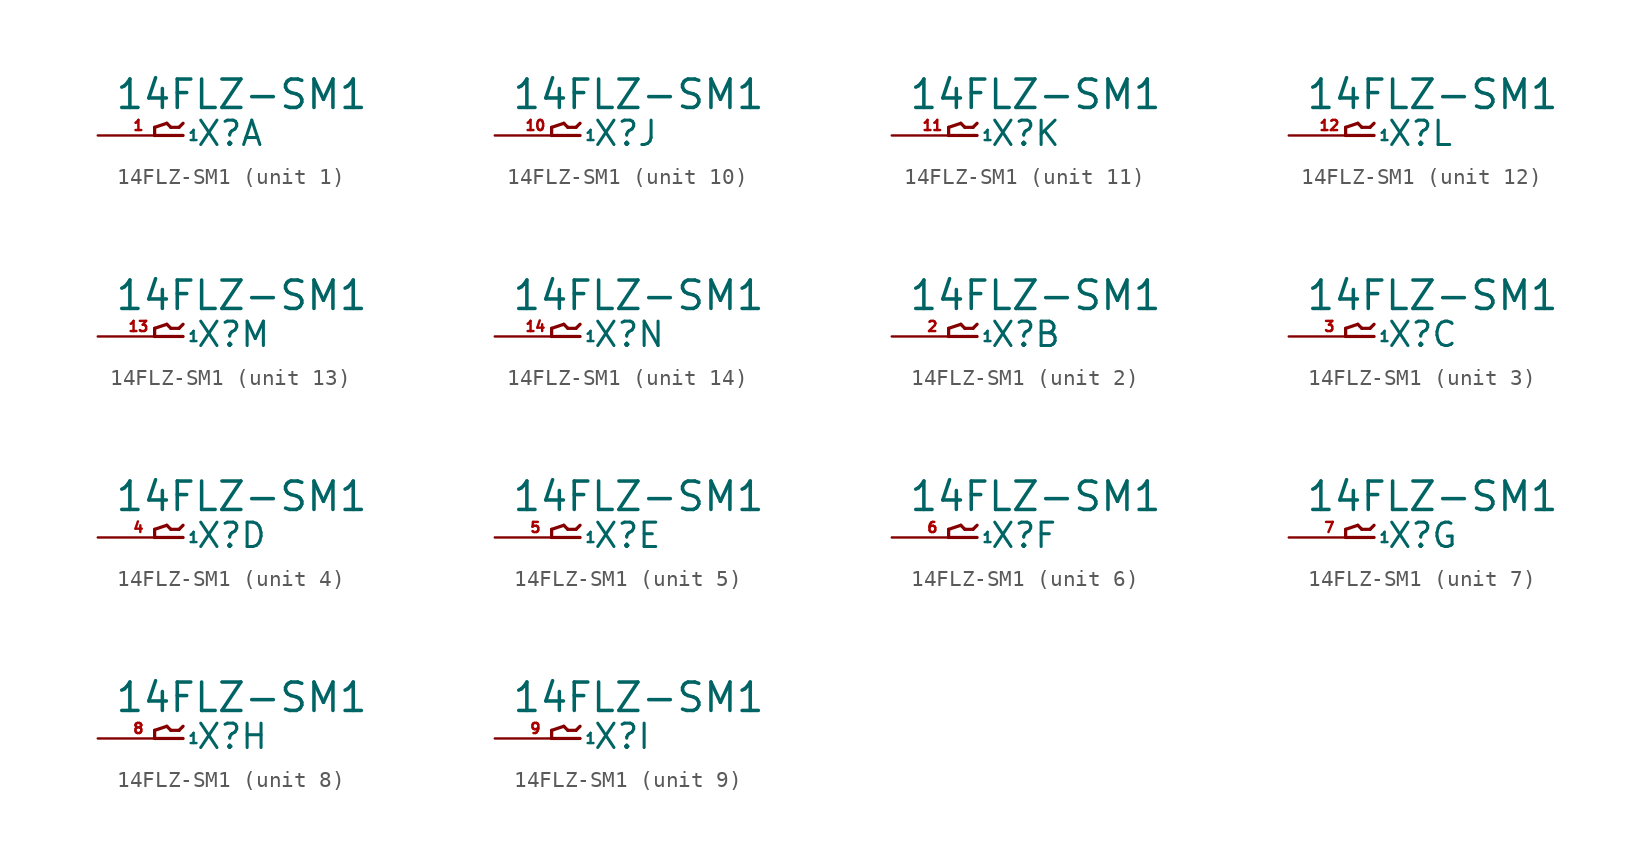
<source format=kicad_sym>
(kicad_symbol_lib
  (version 20220914)
  (generator Eagle2Kicad)
  (symbol "14FLZ-SM1"
    (property "Reference" "X"
      (at 1.016 -0.762 0)
      (effects (font (size 1.524 1.524) (thickness 0.19)) (justify left bottom)))
    (property "Value" "14FLZ-SM1"
      (at -4.064 1.524 0)
      (effects (font (size 1.778 1.778) (thickness 0.22)) (justify left bottom)))
    (symbol "14FLZ-SM1_1_0"
      (polyline (pts (xy 0.254 0) (xy -1.524 0)) (stroke (width 0.203) (type default)) (fill (type none)))
      (polyline (pts (xy -1.524 0) (xy -1.524 0.508)) (stroke (width 0.203) (type default)) (fill (type none)))
      (polyline (pts (xy -1.524 0.508) (xy -0.762 0.762)) (stroke (width 0.203) (type default)) (fill (type none)))
      (polyline (pts (xy -0.762 0.762) (xy -0.508 0.508)) (stroke (width 0.203) (type default)) (fill (type none)))
      (polyline (pts (xy -0.508 0.508) (xy 0 0.508)) (stroke (width 0.203) (type default)) (fill (type none)))
      (polyline (pts (xy 0 0.508) (xy 0.254 0.762)) (stroke (width 0.203) (type default)) (fill (type none)))
      (pin passive line (at -5.08 0 0) (length 5.08) (name "1" (effects (font (size 0.635 0.635) (thickness 0.08)) (justify left bottom))) (number "1" (effects (font (size 0.635 0.635) (thickness 0.08)) (justify left bottom)))))
    (symbol "14FLZ-SM1_2_0"
      (polyline (pts (xy 0.254 0) (xy -1.524 0)) (stroke (width 0.203) (type default)) (fill (type none)))
      (polyline (pts (xy -1.524 0) (xy -1.524 0.508)) (stroke (width 0.203) (type default)) (fill (type none)))
      (polyline (pts (xy -1.524 0.508) (xy -0.762 0.762)) (stroke (width 0.203) (type default)) (fill (type none)))
      (polyline (pts (xy -0.762 0.762) (xy -0.508 0.508)) (stroke (width 0.203) (type default)) (fill (type none)))
      (polyline (pts (xy -0.508 0.508) (xy 0 0.508)) (stroke (width 0.203) (type default)) (fill (type none)))
      (polyline (pts (xy 0 0.508) (xy 0.254 0.762)) (stroke (width 0.203) (type default)) (fill (type none)))
      (pin passive line (at -5.08 0 0) (length 5.08) (name "1" (effects (font (size 0.635 0.635) (thickness 0.08)) (justify left bottom))) (number "2" (effects (font (size 0.635 0.635) (thickness 0.08)) (justify left bottom)))))
    (symbol "14FLZ-SM1_3_0"
      (polyline (pts (xy 0.254 0) (xy -1.524 0)) (stroke (width 0.203) (type default)) (fill (type none)))
      (polyline (pts (xy -1.524 0) (xy -1.524 0.508)) (stroke (width 0.203) (type default)) (fill (type none)))
      (polyline (pts (xy -1.524 0.508) (xy -0.762 0.762)) (stroke (width 0.203) (type default)) (fill (type none)))
      (polyline (pts (xy -0.762 0.762) (xy -0.508 0.508)) (stroke (width 0.203) (type default)) (fill (type none)))
      (polyline (pts (xy -0.508 0.508) (xy 0 0.508)) (stroke (width 0.203) (type default)) (fill (type none)))
      (polyline (pts (xy 0 0.508) (xy 0.254 0.762)) (stroke (width 0.203) (type default)) (fill (type none)))
      (pin passive line (at -5.08 0 0) (length 5.08) (name "1" (effects (font (size 0.635 0.635) (thickness 0.08)) (justify left bottom))) (number "3" (effects (font (size 0.635 0.635) (thickness 0.08)) (justify left bottom)))))
    (symbol "14FLZ-SM1_4_0"
      (polyline (pts (xy 0.254 0) (xy -1.524 0)) (stroke (width 0.203) (type default)) (fill (type none)))
      (polyline (pts (xy -1.524 0) (xy -1.524 0.508)) (stroke (width 0.203) (type default)) (fill (type none)))
      (polyline (pts (xy -1.524 0.508) (xy -0.762 0.762)) (stroke (width 0.203) (type default)) (fill (type none)))
      (polyline (pts (xy -0.762 0.762) (xy -0.508 0.508)) (stroke (width 0.203) (type default)) (fill (type none)))
      (polyline (pts (xy -0.508 0.508) (xy 0 0.508)) (stroke (width 0.203) (type default)) (fill (type none)))
      (polyline (pts (xy 0 0.508) (xy 0.254 0.762)) (stroke (width 0.203) (type default)) (fill (type none)))
      (pin passive line (at -5.08 0 0) (length 5.08) (name "1" (effects (font (size 0.635 0.635) (thickness 0.08)) (justify left bottom))) (number "4" (effects (font (size 0.635 0.635) (thickness 0.08)) (justify left bottom)))))
    (symbol "14FLZ-SM1_5_0"
      (polyline (pts (xy 0.254 0) (xy -1.524 0)) (stroke (width 0.203) (type default)) (fill (type none)))
      (polyline (pts (xy -1.524 0) (xy -1.524 0.508)) (stroke (width 0.203) (type default)) (fill (type none)))
      (polyline (pts (xy -1.524 0.508) (xy -0.762 0.762)) (stroke (width 0.203) (type default)) (fill (type none)))
      (polyline (pts (xy -0.762 0.762) (xy -0.508 0.508)) (stroke (width 0.203) (type default)) (fill (type none)))
      (polyline (pts (xy -0.508 0.508) (xy 0 0.508)) (stroke (width 0.203) (type default)) (fill (type none)))
      (polyline (pts (xy 0 0.508) (xy 0.254 0.762)) (stroke (width 0.203) (type default)) (fill (type none)))
      (pin passive line (at -5.08 0 0) (length 5.08) (name "1" (effects (font (size 0.635 0.635) (thickness 0.08)) (justify left bottom))) (number "5" (effects (font (size 0.635 0.635) (thickness 0.08)) (justify left bottom)))))
    (symbol "14FLZ-SM1_6_0"
      (polyline (pts (xy 0.254 0) (xy -1.524 0)) (stroke (width 0.203) (type default)) (fill (type none)))
      (polyline (pts (xy -1.524 0) (xy -1.524 0.508)) (stroke (width 0.203) (type default)) (fill (type none)))
      (polyline (pts (xy -1.524 0.508) (xy -0.762 0.762)) (stroke (width 0.203) (type default)) (fill (type none)))
      (polyline (pts (xy -0.762 0.762) (xy -0.508 0.508)) (stroke (width 0.203) (type default)) (fill (type none)))
      (polyline (pts (xy -0.508 0.508) (xy 0 0.508)) (stroke (width 0.203) (type default)) (fill (type none)))
      (polyline (pts (xy 0 0.508) (xy 0.254 0.762)) (stroke (width 0.203) (type default)) (fill (type none)))
      (pin passive line (at -5.08 0 0) (length 5.08) (name "1" (effects (font (size 0.635 0.635) (thickness 0.08)) (justify left bottom))) (number "6" (effects (font (size 0.635 0.635) (thickness 0.08)) (justify left bottom)))))
    (symbol "14FLZ-SM1_7_0"
      (polyline (pts (xy 0.254 0) (xy -1.524 0)) (stroke (width 0.203) (type default)) (fill (type none)))
      (polyline (pts (xy -1.524 0) (xy -1.524 0.508)) (stroke (width 0.203) (type default)) (fill (type none)))
      (polyline (pts (xy -1.524 0.508) (xy -0.762 0.762)) (stroke (width 0.203) (type default)) (fill (type none)))
      (polyline (pts (xy -0.762 0.762) (xy -0.508 0.508)) (stroke (width 0.203) (type default)) (fill (type none)))
      (polyline (pts (xy -0.508 0.508) (xy 0 0.508)) (stroke (width 0.203) (type default)) (fill (type none)))
      (polyline (pts (xy 0 0.508) (xy 0.254 0.762)) (stroke (width 0.203) (type default)) (fill (type none)))
      (pin passive line (at -5.08 0 0) (length 5.08) (name "1" (effects (font (size 0.635 0.635) (thickness 0.08)) (justify left bottom))) (number "7" (effects (font (size 0.635 0.635) (thickness 0.08)) (justify left bottom)))))
    (symbol "14FLZ-SM1_8_0"
      (polyline (pts (xy 0.254 0) (xy -1.524 0)) (stroke (width 0.203) (type default)) (fill (type none)))
      (polyline (pts (xy -1.524 0) (xy -1.524 0.508)) (stroke (width 0.203) (type default)) (fill (type none)))
      (polyline (pts (xy -1.524 0.508) (xy -0.762 0.762)) (stroke (width 0.203) (type default)) (fill (type none)))
      (polyline (pts (xy -0.762 0.762) (xy -0.508 0.508)) (stroke (width 0.203) (type default)) (fill (type none)))
      (polyline (pts (xy -0.508 0.508) (xy 0 0.508)) (stroke (width 0.203) (type default)) (fill (type none)))
      (polyline (pts (xy 0 0.508) (xy 0.254 0.762)) (stroke (width 0.203) (type default)) (fill (type none)))
      (pin passive line (at -5.08 0 0) (length 5.08) (name "1" (effects (font (size 0.635 0.635) (thickness 0.08)) (justify left bottom))) (number "8" (effects (font (size 0.635 0.635) (thickness 0.08)) (justify left bottom)))))
    (symbol "14FLZ-SM1_9_0"
      (polyline (pts (xy 0.254 0) (xy -1.524 0)) (stroke (width 0.203) (type default)) (fill (type none)))
      (polyline (pts (xy -1.524 0) (xy -1.524 0.508)) (stroke (width 0.203) (type default)) (fill (type none)))
      (polyline (pts (xy -1.524 0.508) (xy -0.762 0.762)) (stroke (width 0.203) (type default)) (fill (type none)))
      (polyline (pts (xy -0.762 0.762) (xy -0.508 0.508)) (stroke (width 0.203) (type default)) (fill (type none)))
      (polyline (pts (xy -0.508 0.508) (xy 0 0.508)) (stroke (width 0.203) (type default)) (fill (type none)))
      (polyline (pts (xy 0 0.508) (xy 0.254 0.762)) (stroke (width 0.203) (type default)) (fill (type none)))
      (pin passive line (at -5.08 0 0) (length 5.08) (name "1" (effects (font (size 0.635 0.635) (thickness 0.08)) (justify left bottom))) (number "9" (effects (font (size 0.635 0.635) (thickness 0.08)) (justify left bottom)))))
    (symbol "14FLZ-SM1_10_0"
      (polyline (pts (xy 0.254 0) (xy -1.524 0)) (stroke (width 0.203) (type default)) (fill (type none)))
      (polyline (pts (xy -1.524 0) (xy -1.524 0.508)) (stroke (width 0.203) (type default)) (fill (type none)))
      (polyline (pts (xy -1.524 0.508) (xy -0.762 0.762)) (stroke (width 0.203) (type default)) (fill (type none)))
      (polyline (pts (xy -0.762 0.762) (xy -0.508 0.508)) (stroke (width 0.203) (type default)) (fill (type none)))
      (polyline (pts (xy -0.508 0.508) (xy 0 0.508)) (stroke (width 0.203) (type default)) (fill (type none)))
      (polyline (pts (xy 0 0.508) (xy 0.254 0.762)) (stroke (width 0.203) (type default)) (fill (type none)))
      (pin passive line (at -5.08 0 0) (length 5.08) (name "1" (effects (font (size 0.635 0.635) (thickness 0.08)) (justify left bottom))) (number "10" (effects (font (size 0.635 0.635) (thickness 0.08)) (justify left bottom)))))
    (symbol "14FLZ-SM1_11_0"
      (polyline (pts (xy 0.254 0) (xy -1.524 0)) (stroke (width 0.203) (type default)) (fill (type none)))
      (polyline (pts (xy -1.524 0) (xy -1.524 0.508)) (stroke (width 0.203) (type default)) (fill (type none)))
      (polyline (pts (xy -1.524 0.508) (xy -0.762 0.762)) (stroke (width 0.203) (type default)) (fill (type none)))
      (polyline (pts (xy -0.762 0.762) (xy -0.508 0.508)) (stroke (width 0.203) (type default)) (fill (type none)))
      (polyline (pts (xy -0.508 0.508) (xy 0 0.508)) (stroke (width 0.203) (type default)) (fill (type none)))
      (polyline (pts (xy 0 0.508) (xy 0.254 0.762)) (stroke (width 0.203) (type default)) (fill (type none)))
      (pin passive line (at -5.08 0 0) (length 5.08) (name "1" (effects (font (size 0.635 0.635) (thickness 0.08)) (justify left bottom))) (number "11" (effects (font (size 0.635 0.635) (thickness 0.08)) (justify left bottom)))))
    (symbol "14FLZ-SM1_12_0"
      (polyline (pts (xy 0.254 0) (xy -1.524 0)) (stroke (width 0.203) (type default)) (fill (type none)))
      (polyline (pts (xy -1.524 0) (xy -1.524 0.508)) (stroke (width 0.203) (type default)) (fill (type none)))
      (polyline (pts (xy -1.524 0.508) (xy -0.762 0.762)) (stroke (width 0.203) (type default)) (fill (type none)))
      (polyline (pts (xy -0.762 0.762) (xy -0.508 0.508)) (stroke (width 0.203) (type default)) (fill (type none)))
      (polyline (pts (xy -0.508 0.508) (xy 0 0.508)) (stroke (width 0.203) (type default)) (fill (type none)))
      (polyline (pts (xy 0 0.508) (xy 0.254 0.762)) (stroke (width 0.203) (type default)) (fill (type none)))
      (pin passive line (at -5.08 0 0) (length 5.08) (name "1" (effects (font (size 0.635 0.635) (thickness 0.08)) (justify left bottom))) (number "12" (effects (font (size 0.635 0.635) (thickness 0.08)) (justify left bottom)))))
    (symbol "14FLZ-SM1_13_0"
      (polyline (pts (xy 0.254 0) (xy -1.524 0)) (stroke (width 0.203) (type default)) (fill (type none)))
      (polyline (pts (xy -1.524 0) (xy -1.524 0.508)) (stroke (width 0.203) (type default)) (fill (type none)))
      (polyline (pts (xy -1.524 0.508) (xy -0.762 0.762)) (stroke (width 0.203) (type default)) (fill (type none)))
      (polyline (pts (xy -0.762 0.762) (xy -0.508 0.508)) (stroke (width 0.203) (type default)) (fill (type none)))
      (polyline (pts (xy -0.508 0.508) (xy 0 0.508)) (stroke (width 0.203) (type default)) (fill (type none)))
      (polyline (pts (xy 0 0.508) (xy 0.254 0.762)) (stroke (width 0.203) (type default)) (fill (type none)))
      (pin passive line (at -5.08 0 0) (length 5.08) (name "1" (effects (font (size 0.635 0.635) (thickness 0.08)) (justify left bottom))) (number "13" (effects (font (size 0.635 0.635) (thickness 0.08)) (justify left bottom)))))
    (symbol "14FLZ-SM1_14_0"
      (polyline (pts (xy 0.254 0) (xy -1.524 0)) (stroke (width 0.203) (type default)) (fill (type none)))
      (polyline (pts (xy -1.524 0) (xy -1.524 0.508)) (stroke (width 0.203) (type default)) (fill (type none)))
      (polyline (pts (xy -1.524 0.508) (xy -0.762 0.762)) (stroke (width 0.203) (type default)) (fill (type none)))
      (polyline (pts (xy -0.762 0.762) (xy -0.508 0.508)) (stroke (width 0.203) (type default)) (fill (type none)))
      (polyline (pts (xy -0.508 0.508) (xy 0 0.508)) (stroke (width 0.203) (type default)) (fill (type none)))
      (polyline (pts (xy 0 0.508) (xy 0.254 0.762)) (stroke (width 0.203) (type default)) (fill (type none)))
      (pin passive line (at -5.08 0 0) (length 5.08) (name "1" (effects (font (size 0.635 0.635) (thickness 0.08)) (justify left bottom))) (number "14" (effects (font (size 0.635 0.635) (thickness 0.08)) (justify left bottom)))))))
</source>
